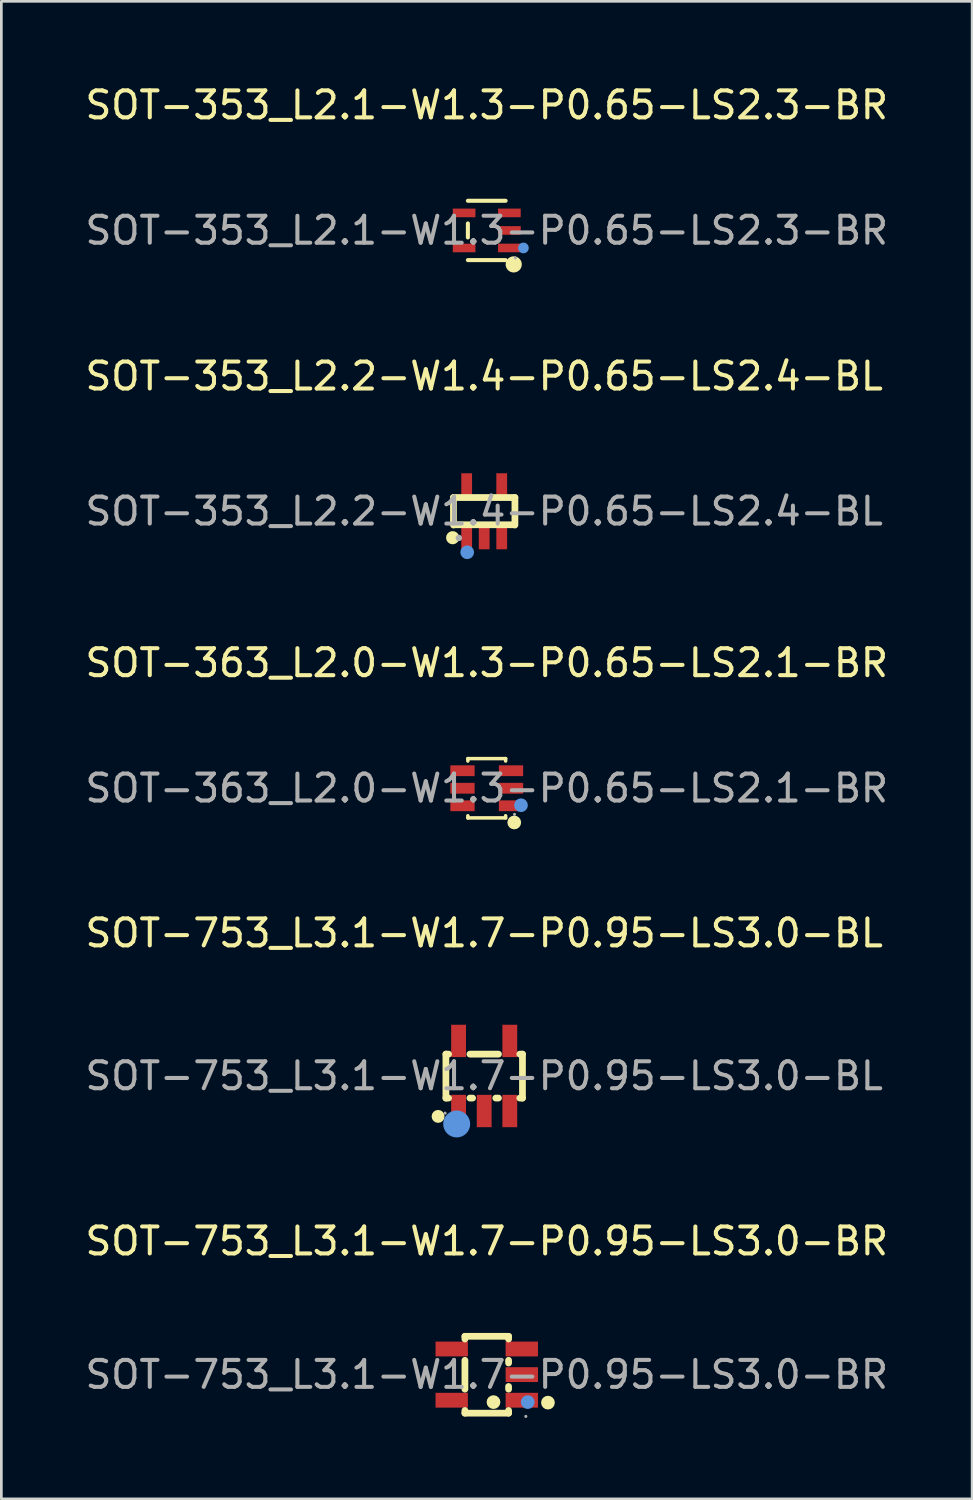
<source format=kicad_pcb>
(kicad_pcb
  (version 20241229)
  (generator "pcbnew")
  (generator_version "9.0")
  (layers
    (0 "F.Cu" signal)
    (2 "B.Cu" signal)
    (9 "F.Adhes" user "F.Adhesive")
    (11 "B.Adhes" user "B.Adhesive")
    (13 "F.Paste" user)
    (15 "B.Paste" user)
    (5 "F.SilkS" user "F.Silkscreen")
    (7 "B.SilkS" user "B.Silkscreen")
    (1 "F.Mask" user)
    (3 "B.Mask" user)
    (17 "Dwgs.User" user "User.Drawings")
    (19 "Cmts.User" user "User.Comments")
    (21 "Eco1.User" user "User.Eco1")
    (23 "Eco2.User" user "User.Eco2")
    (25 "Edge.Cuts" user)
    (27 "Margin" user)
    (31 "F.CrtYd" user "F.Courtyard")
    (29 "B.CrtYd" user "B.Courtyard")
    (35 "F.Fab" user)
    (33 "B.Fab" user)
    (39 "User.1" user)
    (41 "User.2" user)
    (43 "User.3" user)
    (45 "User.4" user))
  (footprint "SOT-753_L3.1-W1.7-P0.95-LS3.0-BL"
    (layer "F.Cu")
    (at 14.911 36.863)
    (property "Reference" "SOT-753_L3.1-W1.7-P0.95-LS3.0-BL" (at 0 -5.3 0) (layer "F.SilkS") (effects (font (size 1 1) (thickness 0.15))))
    (attr through_hole)
    (fp_line (start -1.42 -0.81) (end -1.32 -0.81) (stroke (width 0.25) (type solid)) (layer "F.SilkS"))
    (fp_line (start -1.42 0.82) (end -1.42 -0.81) (stroke (width 0.25) (type solid)) (layer "F.SilkS"))
    (fp_line (start -1.32 0.82) (end -1.42 0.82) (stroke (width 0.25) (type solid)) (layer "F.SilkS"))
    (fp_line (start -0.53 -0.81) (end 0.53 -0.81) (stroke (width 0.25) (type solid)) (layer "F.SilkS"))
    (fp_line (start -0.43 0.82) (end -0.53 0.82) (stroke (width 0.25) (type solid)) (layer "F.SilkS"))
    (fp_line (start 0.53 0.82) (end 0.43 0.82) (stroke (width 0.25) (type solid)) (layer "F.SilkS"))
    (fp_line (start 1.32 -0.81) (end 1.42 -0.81) (stroke (width 0.25) (type solid)) (layer "F.SilkS"))
    (fp_line (start 1.42 -0.81) (end 1.42 0.82) (stroke (width 0.25) (type solid)) (layer "F.SilkS"))
    (fp_line (start 1.42 0.82) (end 1.32 0.82) (stroke (width 0.25) (type solid)) (layer "F.SilkS"))
    (fp_circle (center -1.71 1.5) (end -1.59 1.5) (stroke (width 0.24) (type solid)) (fill no) (layer "F.SilkS"))
    (fp_circle (center -1.02 1.78) (end -0.77 1.78) (stroke (width 0.5) (type solid)) (fill no) (layer "Cmts.User"))
    (fp_circle (center -1.45 1.38) (end -1.42 1.38) (stroke (width 0.06) (type solid)) (fill no) (layer "F.Fab"))
    (fp_text user "${REFERENCE}" (at 0 0 0) (layer "F.Fab") (effects (font (size 1 1) (thickness 0.15))))
    (pad "1" smd rect (at -0.95 1.3) (size 0.55 1.2) (layers "F.Cu" "F.Mask" "F.Paste"))
    (pad "2" smd rect (at 0 1.3) (size 0.55 1.2) (layers "F.Cu" "F.Mask" "F.Paste"))
    (pad "3" smd rect (at 0.95 1.3) (size 0.55 1.2) (layers "F.Cu" "F.Mask" "F.Paste"))
    (pad "4" smd rect (at 0.95 -1.3) (size 0.55 1.2) (layers "F.Cu" "F.Mask" "F.Paste"))
    (pad "5" smd rect (at -0.95 -1.3) (size 0.55 1.2) (layers "F.Cu" "F.Mask" "F.Paste")))
  (footprint "SOT-353_L2.2-W1.4-P0.65-LS2.4-BL"
    (layer "F.Cu")
    (at 14.911 15.916)
    (property "Reference" "SOT-353_L2.2-W1.4-P0.65-LS2.4-BL" (at 0 -5.01 0) (layer "F.SilkS") (effects (font (size 1 1) (thickness 0.15))))
    (attr through_hole)
    (fp_line (start -1.14 -0.51) (end -1.14 0.51) (stroke (width 0.25) (type solid)) (layer "F.SilkS"))
    (fp_line (start -1.1 0.5) (end 1.1 0.5) (stroke (width 0.25) (type solid)) (layer "F.SilkS"))
    (fp_line (start 1.14 -0.51) (end -1.14 -0.51) (stroke (width 0.25) (type solid)) (layer "F.SilkS"))
    (fp_line (start 1.14 0.51) (end 1.14 -0.51) (stroke (width 0.25) (type solid)) (layer "F.SilkS"))
    (fp_arc (start -1.17 1.1) (mid -1.175004 0.860104) (end -1.16 1.099583) (stroke (width 0.25) (type solid)) (layer "F.SilkS"))
    (fp_circle (center -0.63 1.52) (end -0.5 1.52) (stroke (width 0.25) (type solid)) (fill no) (layer "Cmts.User"))
    (fp_circle (center -0.94 0.99) (end -0.88 0.99) (stroke (width 0.12) (type solid)) (fill no) (layer "F.Fab"))
    (fp_text user "${REFERENCE}" (at 0 0 0) (layer "F.Fab") (effects (font (size 1 1) (thickness 0.15))))
    (pad "1" smd rect (at -0.65 1.01 180) (size 0.4 0.8) (layers "F.Cu" "F.Mask" "F.Paste"))
    (pad "2" smd rect (at 0 1.01 180) (size 0.4 0.8) (layers "F.Cu" "F.Mask" "F.Paste"))
    (pad "3" smd rect (at 0.65 1.01 180) (size 0.4 0.8) (layers "F.Cu" "F.Mask" "F.Paste"))
    (pad "4" smd rect (at 0.65 -1.01 180) (size 0.4 0.8) (layers "F.Cu" "F.Mask" "F.Paste"))
    (pad "5" smd rect (at -0.65 -1.01 180) (size 0.4 0.8) (layers "F.Cu" "F.Mask" "F.Paste")))
  (footprint "SOT-363_L2.0-W1.3-P0.65-LS2.1-BR"
    (layer "F.Cu")
    (at 15.006 26.19)
    (property "Reference" "SOT-363_L2.0-W1.3-P0.65-LS2.1-BR" (at 0 -4.65 0) (layer "F.SilkS") (effects (font (size 1 1) (thickness 0.15))))
    (attr through_hole)
    (fp_line (start -0.7 -1.01) (end -0.7 -1.1) (stroke (width 0.13) (type solid)) (layer "F.SilkS"))
    (fp_line (start -0.7 1.1) (end -0.7 1.02) (stroke (width 0.13) (type solid)) (layer "F.SilkS"))
    (fp_line (start 0.7 -1.1) (end -0.7 -1.1) (stroke (width 0.13) (type solid)) (layer "F.SilkS"))
    (fp_line (start 0.7 -1.01) (end 0.7 -1.1) (stroke (width 0.13) (type solid)) (layer "F.SilkS"))
    (fp_line (start 0.7 1.1) (end -0.7 1.1) (stroke (width 0.13) (type solid)) (layer "F.SilkS"))
    (fp_line (start 0.7 1.1) (end 0.7 1.02) (stroke (width 0.13) (type solid)) (layer "F.SilkS"))
    (fp_circle (center 1.02 1.27) (end 1.15 1.27) (stroke (width 0.25) (type solid)) (fill no) (layer "F.SilkS"))
    (fp_circle (center 1.27 0.63) (end 1.4 0.63) (stroke (width 0.25) (type solid)) (fill no) (layer "Cmts.User"))
    (fp_circle (center 1.03 0.97) (end 1.06 0.97) (stroke (width 0.06) (type solid)) (fill no) (layer "F.Fab"))
    (fp_text user "${REFERENCE}" (at 0 0 0) (layer "F.Fab") (effects (font (size 1 1) (thickness 0.15))))
    (pad "1" smd rect (at 0.9 0.65 90) (size 0.4 0.9) (layers "F.Cu" "F.Mask" "F.Paste"))
    (pad "2" smd rect (at 0.9 0 90) (size 0.4 0.9) (layers "F.Cu" "F.Mask" "F.Paste"))
    (pad "3" smd rect (at 0.9 -0.65 90) (size 0.4 0.9) (layers "F.Cu" "F.Mask" "F.Paste"))
    (pad "4" smd rect (at -0.9 -0.65 90) (size 0.4 0.9) (layers "F.Cu" "F.Mask" "F.Paste"))
    (pad "5" smd rect (at -0.9 0 90) (size 0.4 0.9) (layers "F.Cu" "F.Mask" "F.Paste"))
    (pad "6" smd rect (at -0.9 0.65 90) (size 0.4 0.9) (layers "F.Cu" "F.Mask" "F.Paste")))
  (footprint "SOT-353_L2.1-W1.3-P0.65-LS2.3-BR"
    (layer "F.Cu")
    (at 15.006 5.498)
    (property "Reference" "SOT-353_L2.1-W1.3-P0.65-LS2.3-BR" (at 0 -4.65 0) (layer "F.SilkS") (effects (font (size 1 1) (thickness 0.15))))
    (attr through_hole)
    (fp_line (start -0.7 -0.26) (end -0.7 0.26) (stroke (width 0.15) (type solid)) (layer "F.SilkS"))
    (fp_line (start 0.7 -1.1) (end -0.7 -1.1) (stroke (width 0.15) (type solid)) (layer "F.SilkS"))
    (fp_line (start 0.7 1.1) (end -0.7 1.1) (stroke (width 0.15) (type solid)) (layer "F.SilkS"))
    (fp_circle (center 1 1.26) (end 1.15 1.26) (stroke (width 0.3) (type solid)) (fill no) (layer "F.SilkS"))
    (fp_circle (center 1.36 0.65) (end 1.46 0.65) (stroke (width 0.2) (type solid)) (fill no) (layer "Cmts.User"))
    (fp_circle (center 1.06 1.02) (end 1.09 1.02) (stroke (width 0.06) (type solid)) (fill no) (layer "F.Fab"))
    (fp_text user "${REFERENCE}" (at 0 0 0) (layer "F.Fab") (effects (font (size 1 1) (thickness 0.15))))
    (pad "1" smd rect (at 0.84 0.65) (size 0.84 0.32) (layers "F.Cu" "F.Mask" "F.Paste"))
    (pad "2" smd rect (at 0.84 0) (size 0.84 0.32) (layers "F.Cu" "F.Mask" "F.Paste"))
    (pad "3" smd rect (at 0.84 -0.65) (size 0.84 0.32) (layers "F.Cu" "F.Mask" "F.Paste"))
    (pad "4" smd rect (at -0.84 -0.65) (size 0.84 0.32) (layers "F.Cu" "F.Mask" "F.Paste"))
    (pad "5" smd rect (at -0.84 0.65) (size 0.84 0.32) (layers "F.Cu" "F.Mask" "F.Paste")))
  (footprint "SOT-753_L3.1-W1.7-P0.95-LS3.0-BR"
    (layer "F.Cu")
    (at 15.006 47.941)
    (property "Reference" "SOT-753_L3.1-W1.7-P0.95-LS3.0-BR" (at 0 -4.95 0) (layer "F.SilkS") (effects (font (size 1 1) (thickness 0.15))))
    (attr through_hole)
    (fp_line (start -0.81 -1.42) (end 0.81 -1.42) (stroke (width 0.25) (type solid)) (layer "F.SilkS"))
    (fp_line (start -0.81 -1.32) (end -0.81 -1.42) (stroke (width 0.25) (type solid)) (layer "F.SilkS"))
    (fp_line (start -0.81 0.54) (end -0.81 -0.53) (stroke (width 0.25) (type solid)) (layer "F.SilkS"))
    (fp_line (start -0.81 1.43) (end -0.81 1.33) (stroke (width 0.25) (type solid)) (layer "F.SilkS"))
    (fp_line (start 0.81 -1.42) (end 0.81 -1.32) (stroke (width 0.25) (type solid)) (layer "F.SilkS"))
    (fp_line (start 0.81 -0.53) (end 0.81 -0.43) (stroke (width 0.25) (type solid)) (layer "F.SilkS"))
    (fp_line (start 0.81 0.44) (end 0.81 0.54) (stroke (width 0.25) (type solid)) (layer "F.SilkS"))
    (fp_line (start 0.81 1.33) (end 0.81 1.43) (stroke (width 0.25) (type solid)) (layer "F.SilkS"))
    (fp_line (start 0.81 1.43) (end -0.81 1.43) (stroke (width 0.25) (type solid)) (layer "F.SilkS"))
    (fp_circle (center 0.25 1.02) (end 0.38 1.02) (stroke (width 0.25) (type solid)) (fill no) (layer "F.SilkS"))
    (fp_circle (center 2.27 1.04) (end 2.4 1.04) (stroke (width 0.25) (type solid)) (fill no) (layer "F.SilkS"))
    (fp_circle (center 1.52 1.02) (end 1.65 1.02) (stroke (width 0.25) (type solid)) (fill no) (layer "Cmts.User"))
    (fp_circle (center 1.45 1.55) (end 1.48 1.55) (stroke (width 0.06) (type solid)) (fill no) (layer "F.Fab"))
    (fp_text user "${REFERENCE}" (at 0 0 0) (layer "F.Fab") (effects (font (size 1 1) (thickness 0.15))))
    (pad "1" smd rect (at 1.3 0.95 90) (size 0.55 1.2) (layers "F.Cu" "F.Mask" "F.Paste"))
    (pad "2" smd rect (at 1.3 0 90) (size 0.55 1.2) (layers "F.Cu" "F.Mask" "F.Paste"))
    (pad "3" smd rect (at 1.3 -0.95 90) (size 0.55 1.2) (layers "F.Cu" "F.Mask" "F.Paste"))
    (pad "4" smd rect (at -1.3 -0.95 90) (size 0.55 1.2) (layers "F.Cu" "F.Mask" "F.Paste"))
    (pad "5" smd rect (at -1.3 0.95 90) (size 0.55 1.2) (layers "F.Cu" "F.Mask" "F.Paste")))
  (gr_rect
    (start -3 -3)
    (end 33.012 52.551)
    (stroke (width 0.1) (type default))
    (fill no)
    (layer "Edge.Cuts")))
</source>
